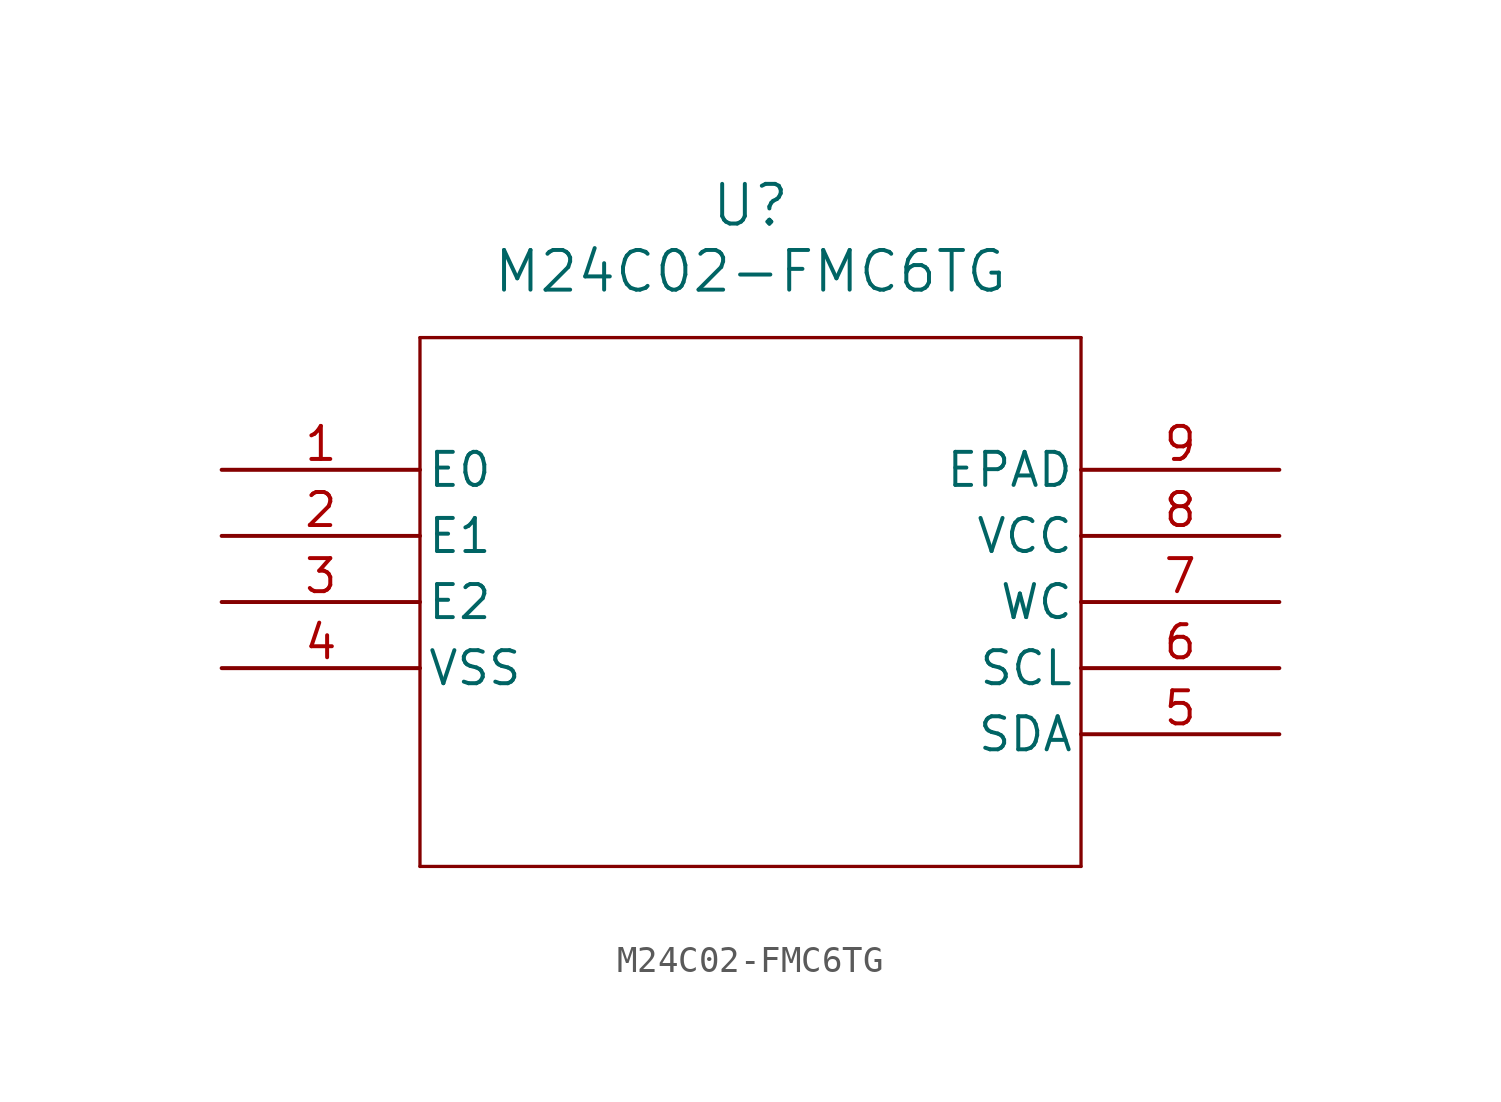
<source format=kicad_sym>
(kicad_symbol_lib
  (version 20211014)
  (generator kicad_symbol_editor)
  (symbol "M24C02-FMC6TG"
    (pin_names
      (offset 0.254))
    (property "Reference" "U"
      (at 20.32 10.16 0)
      (effects (font (size 1.524 1.524))))
    (property "Value" "M24C02-FMC6TG"
      (at 20.32 7.62 0)
      (effects (font (size 1.524 1.524))))
    (symbol "M24C02-FMC6TG_0_1"
      (polyline (pts (xy 7.62 5.08) (xy 7.62 -15.24)) (stroke (width 0.127) (type default) (color 0 0 0 0)) (fill (type none)))
      (polyline (pts (xy 7.62 -15.24) (xy 33.02 -15.24)) (stroke (width 0.127) (type default) (color 0 0 0 0)) (fill (type none)))
      (polyline (pts (xy 33.02 -15.24) (xy 33.02 5.08)) (stroke (width 0.127) (type default) (color 0 0 0 0)) (fill (type none)))
      (polyline (pts (xy 33.02 5.08) (xy 7.62 5.08)) (stroke (width 0.127) (type default) (color 0 0 0 0)) (fill (type none)))
      (pin bidirectional line (at 0 0 0) (length 7.62) (name "E0" (effects (font (size 1.27 1.27)))) (number "1" (effects (font (size 1.27 1.27)))))
      (pin bidirectional line (at 0 -2.54 0) (length 7.62) (name "E1" (effects (font (size 1.27 1.27)))) (number "2" (effects (font (size 1.27 1.27)))))
      (pin bidirectional line (at 0 -5.08 0) (length 7.62) (name "E2" (effects (font (size 1.27 1.27)))) (number "3" (effects (font (size 1.27 1.27)))))
      (pin power_out line (at 0 -7.62 0) (length 7.62) (name "VSS" (effects (font (size 1.27 1.27)))) (number "4" (effects (font (size 1.27 1.27)))))
      (pin unspecified line (at 40.64 -10.16 180) (length 7.62) (name "SDA" (effects (font (size 1.27 1.27)))) (number "5" (effects (font (size 1.27 1.27)))))
      (pin unspecified line (at 40.64 -7.62 180) (length 7.62) (name "SCL" (effects (font (size 1.27 1.27)))) (number "6" (effects (font (size 1.27 1.27)))))
      (pin unspecified line (at 40.64 -5.08 180) (length 7.62) (name "WC" (effects (font (size 1.27 1.27)))) (number "7" (effects (font (size 1.27 1.27)))))
      (pin power_in line (at 40.64 -2.54 180) (length 7.62) (name "VCC" (effects (font (size 1.27 1.27)))) (number "8" (effects (font (size 1.27 1.27)))))
      (pin unspecified line (at 40.64 0 180) (length 7.62) (name "EPAD" (effects (font (size 1.27 1.27)))) (number "9" (effects (font (size 1.27 1.27))))))))
</source>
